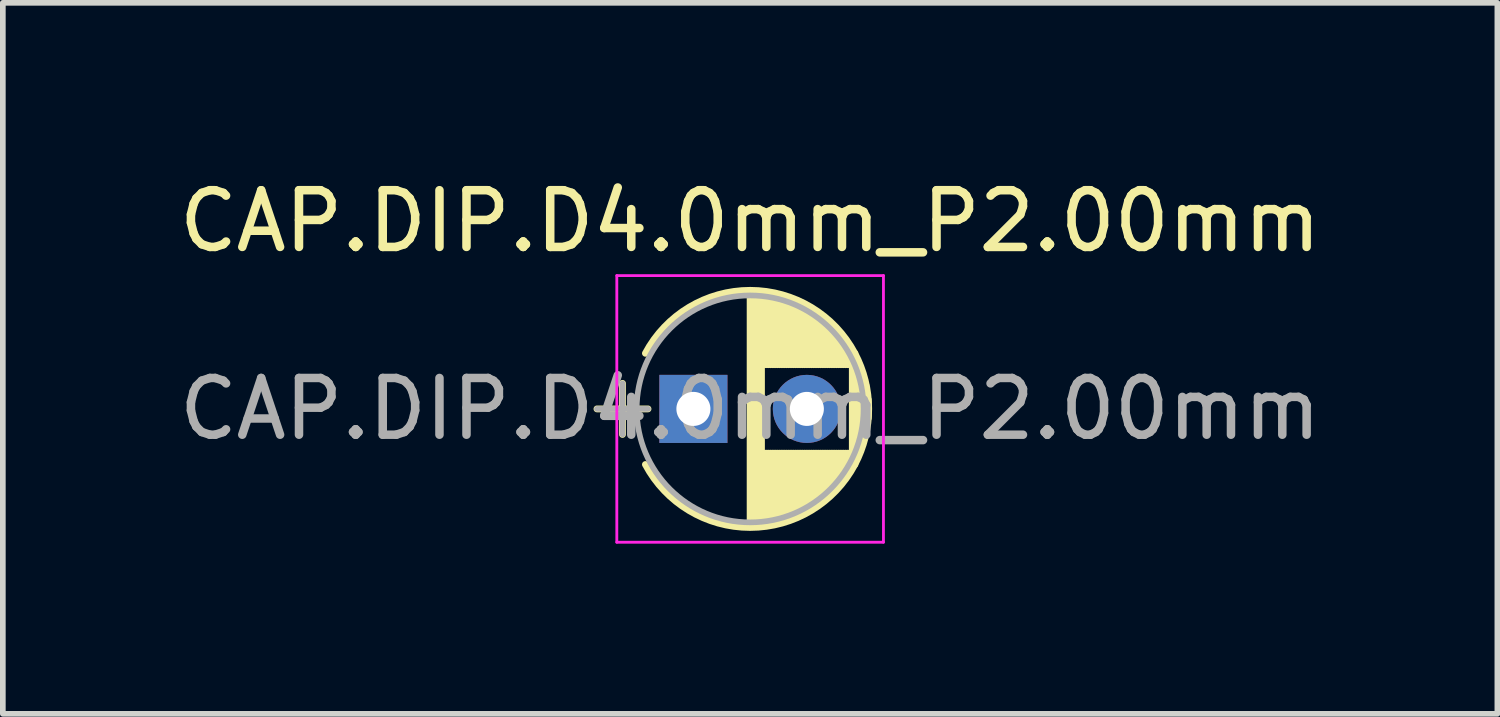
<source format=kicad_pcb>
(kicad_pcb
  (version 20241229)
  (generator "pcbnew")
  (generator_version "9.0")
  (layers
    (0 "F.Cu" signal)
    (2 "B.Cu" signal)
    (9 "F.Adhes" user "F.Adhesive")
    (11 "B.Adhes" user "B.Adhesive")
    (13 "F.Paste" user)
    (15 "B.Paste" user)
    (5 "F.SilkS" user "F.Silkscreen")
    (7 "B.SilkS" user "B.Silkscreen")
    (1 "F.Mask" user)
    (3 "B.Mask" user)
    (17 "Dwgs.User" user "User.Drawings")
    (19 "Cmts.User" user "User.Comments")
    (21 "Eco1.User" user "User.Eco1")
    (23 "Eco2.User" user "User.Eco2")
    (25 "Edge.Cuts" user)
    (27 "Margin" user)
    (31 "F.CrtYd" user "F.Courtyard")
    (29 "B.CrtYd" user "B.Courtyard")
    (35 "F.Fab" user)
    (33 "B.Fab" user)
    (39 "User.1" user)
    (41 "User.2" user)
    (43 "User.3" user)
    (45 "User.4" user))
  (footprint "CAP.DIP.D4.0mm_P2.00mm"
    (layer "F.Cu")
    (at 9.173 4.158)
    (property "Reference" "CAP.DIP.D4.0mm_P2.00mm" (at 1 -3.31 0) (layer "F.SilkS") (effects (font (size 1 1) (thickness 0.15))))
    (attr through_hole)
    (fp_line (start -1.7 0) (end -0.8 0) (stroke (width 0.12) (type solid)) (layer "F.SilkS"))
    (fp_line (start -1.25 -0.45) (end -1.25 0.45) (stroke (width 0.12) (type solid)) (layer "F.SilkS"))
    (fp_line (start 1 -2.05) (end 1 2.05) (stroke (width 0.12) (type solid)) (layer "F.SilkS"))
    (fp_line (start 1.04 -2.05) (end 1.04 2.05) (stroke (width 0.12) (type solid)) (layer "F.SilkS"))
    (fp_line (start 1.08 -2.049) (end 1.08 2.049) (stroke (width 0.12) (type solid)) (layer "F.SilkS"))
    (fp_line (start 1.12 -2.047) (end 1.12 2.047) (stroke (width 0.12) (type solid)) (layer "F.SilkS"))
    (fp_line (start 1.16 -2.044) (end 1.16 2.044) (stroke (width 0.12) (type solid)) (layer "F.SilkS"))
    (fp_line (start 1.2 -2.041) (end 1.2 2.041) (stroke (width 0.12) (type solid)) (layer "F.SilkS"))
    (fp_line (start 1.24 -2.037) (end 1.24 -0.78) (stroke (width 0.12) (type solid)) (layer "F.SilkS"))
    (fp_line (start 1.24 0.78) (end 1.24 2.037) (stroke (width 0.12) (type solid)) (layer "F.SilkS"))
    (fp_line (start 1.28 -2.032) (end 1.28 -0.78) (stroke (width 0.12) (type solid)) (layer "F.SilkS"))
    (fp_line (start 1.28 0.78) (end 1.28 2.032) (stroke (width 0.12) (type solid)) (layer "F.SilkS"))
    (fp_line (start 1.32 -2.026) (end 1.32 -0.78) (stroke (width 0.12) (type solid)) (layer "F.SilkS"))
    (fp_line (start 1.32 0.78) (end 1.32 2.026) (stroke (width 0.12) (type solid)) (layer "F.SilkS"))
    (fp_line (start 1.36 -2.019) (end 1.36 -0.78) (stroke (width 0.12) (type solid)) (layer "F.SilkS"))
    (fp_line (start 1.36 0.78) (end 1.36 2.019) (stroke (width 0.12) (type solid)) (layer "F.SilkS"))
    (fp_line (start 1.4 -2.012) (end 1.4 -0.78) (stroke (width 0.12) (type solid)) (layer "F.SilkS"))
    (fp_line (start 1.4 0.78) (end 1.4 2.012) (stroke (width 0.12) (type solid)) (layer "F.SilkS"))
    (fp_line (start 1.44 -2.004) (end 1.44 -0.78) (stroke (width 0.12) (type solid)) (layer "F.SilkS"))
    (fp_line (start 1.44 0.78) (end 1.44 2.004) (stroke (width 0.12) (type solid)) (layer "F.SilkS"))
    (fp_line (start 1.48 -1.995) (end 1.48 -0.78) (stroke (width 0.12) (type solid)) (layer "F.SilkS"))
    (fp_line (start 1.48 0.78) (end 1.48 1.995) (stroke (width 0.12) (type solid)) (layer "F.SilkS"))
    (fp_line (start 1.52 -1.985) (end 1.52 -0.78) (stroke (width 0.12) (type solid)) (layer "F.SilkS"))
    (fp_line (start 1.52 0.78) (end 1.52 1.985) (stroke (width 0.12) (type solid)) (layer "F.SilkS"))
    (fp_line (start 1.56 -1.974) (end 1.56 -0.78) (stroke (width 0.12) (type solid)) (layer "F.SilkS"))
    (fp_line (start 1.56 0.78) (end 1.56 1.974) (stroke (width 0.12) (type solid)) (layer "F.SilkS"))
    (fp_line (start 1.6 -1.963) (end 1.6 -0.78) (stroke (width 0.12) (type solid)) (layer "F.SilkS"))
    (fp_line (start 1.6 0.78) (end 1.6 1.963) (stroke (width 0.12) (type solid)) (layer "F.SilkS"))
    (fp_line (start 1.64 -1.95) (end 1.64 -0.78) (stroke (width 0.12) (type solid)) (layer "F.SilkS"))
    (fp_line (start 1.64 0.78) (end 1.64 1.95) (stroke (width 0.12) (type solid)) (layer "F.SilkS"))
    (fp_line (start 1.68 -1.937) (end 1.68 -0.78) (stroke (width 0.12) (type solid)) (layer "F.SilkS"))
    (fp_line (start 1.68 0.78) (end 1.68 1.937) (stroke (width 0.12) (type solid)) (layer "F.SilkS"))
    (fp_line (start 1.721 -1.923) (end 1.721 -0.78) (stroke (width 0.12) (type solid)) (layer "F.SilkS"))
    (fp_line (start 1.721 0.78) (end 1.721 1.923) (stroke (width 0.12) (type solid)) (layer "F.SilkS"))
    (fp_line (start 1.761 -1.907) (end 1.761 -0.78) (stroke (width 0.12) (type solid)) (layer "F.SilkS"))
    (fp_line (start 1.761 0.78) (end 1.761 1.907) (stroke (width 0.12) (type solid)) (layer "F.SilkS"))
    (fp_line (start 1.801 -1.891) (end 1.801 -0.78) (stroke (width 0.12) (type solid)) (layer "F.SilkS"))
    (fp_line (start 1.801 0.78) (end 1.801 1.891) (stroke (width 0.12) (type solid)) (layer "F.SilkS"))
    (fp_line (start 1.841 -1.874) (end 1.841 -0.78) (stroke (width 0.12) (type solid)) (layer "F.SilkS"))
    (fp_line (start 1.841 0.78) (end 1.841 1.874) (stroke (width 0.12) (type solid)) (layer "F.SilkS"))
    (fp_line (start 1.881 -1.856) (end 1.881 -0.78) (stroke (width 0.12) (type solid)) (layer "F.SilkS"))
    (fp_line (start 1.881 0.78) (end 1.881 1.856) (stroke (width 0.12) (type solid)) (layer "F.SilkS"))
    (fp_line (start 1.921 -1.837) (end 1.921 -0.78) (stroke (width 0.12) (type solid)) (layer "F.SilkS"))
    (fp_line (start 1.921 0.78) (end 1.921 1.837) (stroke (width 0.12) (type solid)) (layer "F.SilkS"))
    (fp_line (start 1.961 -1.817) (end 1.961 -0.78) (stroke (width 0.12) (type solid)) (layer "F.SilkS"))
    (fp_line (start 1.961 0.78) (end 1.961 1.817) (stroke (width 0.12) (type solid)) (layer "F.SilkS"))
    (fp_line (start 2.001 -1.796) (end 2.001 -0.78) (stroke (width 0.12) (type solid)) (layer "F.SilkS"))
    (fp_line (start 2.001 0.78) (end 2.001 1.796) (stroke (width 0.12) (type solid)) (layer "F.SilkS"))
    (fp_line (start 2.041 -1.773) (end 2.041 -0.78) (stroke (width 0.12) (type solid)) (layer "F.SilkS"))
    (fp_line (start 2.041 0.78) (end 2.041 1.773) (stroke (width 0.12) (type solid)) (layer "F.SilkS"))
    (fp_line (start 2.081 -1.75) (end 2.081 -0.78) (stroke (width 0.12) (type solid)) (layer "F.SilkS"))
    (fp_line (start 2.081 0.78) (end 2.081 1.75) (stroke (width 0.12) (type solid)) (layer "F.SilkS"))
    (fp_line (start 2.121 -1.725) (end 2.121 -0.78) (stroke (width 0.12) (type solid)) (layer "F.SilkS"))
    (fp_line (start 2.121 0.78) (end 2.121 1.725) (stroke (width 0.12) (type solid)) (layer "F.SilkS"))
    (fp_line (start 2.161 -1.699) (end 2.161 -0.78) (stroke (width 0.12) (type solid)) (layer "F.SilkS"))
    (fp_line (start 2.161 0.78) (end 2.161 1.699) (stroke (width 0.12) (type solid)) (layer "F.SilkS"))
    (fp_line (start 2.201 -1.672) (end 2.201 -0.78) (stroke (width 0.12) (type solid)) (layer "F.SilkS"))
    (fp_line (start 2.201 0.78) (end 2.201 1.672) (stroke (width 0.12) (type solid)) (layer "F.SilkS"))
    (fp_line (start 2.241 -1.643) (end 2.241 -0.78) (stroke (width 0.12) (type solid)) (layer "F.SilkS"))
    (fp_line (start 2.241 0.78) (end 2.241 1.643) (stroke (width 0.12) (type solid)) (layer "F.SilkS"))
    (fp_line (start 2.281 -1.613) (end 2.281 -0.78) (stroke (width 0.12) (type solid)) (layer "F.SilkS"))
    (fp_line (start 2.281 0.78) (end 2.281 1.613) (stroke (width 0.12) (type solid)) (layer "F.SilkS"))
    (fp_line (start 2.321 -1.581) (end 2.321 -0.78) (stroke (width 0.12) (type solid)) (layer "F.SilkS"))
    (fp_line (start 2.321 0.78) (end 2.321 1.581) (stroke (width 0.12) (type solid)) (layer "F.SilkS"))
    (fp_line (start 2.361 -1.547) (end 2.361 -0.78) (stroke (width 0.12) (type solid)) (layer "F.SilkS"))
    (fp_line (start 2.361 0.78) (end 2.361 1.547) (stroke (width 0.12) (type solid)) (layer "F.SilkS"))
    (fp_line (start 2.401 -1.512) (end 2.401 -0.78) (stroke (width 0.12) (type solid)) (layer "F.SilkS"))
    (fp_line (start 2.401 0.78) (end 2.401 1.512) (stroke (width 0.12) (type solid)) (layer "F.SilkS"))
    (fp_line (start 2.441 -1.475) (end 2.441 -0.78) (stroke (width 0.12) (type solid)) (layer "F.SilkS"))
    (fp_line (start 2.441 0.78) (end 2.441 1.475) (stroke (width 0.12) (type solid)) (layer "F.SilkS"))
    (fp_line (start 2.481 -1.436) (end 2.481 -0.78) (stroke (width 0.12) (type solid)) (layer "F.SilkS"))
    (fp_line (start 2.481 0.78) (end 2.481 1.436) (stroke (width 0.12) (type solid)) (layer "F.SilkS"))
    (fp_line (start 2.521 -1.395) (end 2.521 -0.78) (stroke (width 0.12) (type solid)) (layer "F.SilkS"))
    (fp_line (start 2.521 0.78) (end 2.521 1.395) (stroke (width 0.12) (type solid)) (layer "F.SilkS"))
    (fp_line (start 2.561 -1.351) (end 2.561 -0.78) (stroke (width 0.12) (type solid)) (layer "F.SilkS"))
    (fp_line (start 2.561 0.78) (end 2.561 1.351) (stroke (width 0.12) (type solid)) (layer "F.SilkS"))
    (fp_line (start 2.601 -1.305) (end 2.601 -0.78) (stroke (width 0.12) (type solid)) (layer "F.SilkS"))
    (fp_line (start 2.601 0.78) (end 2.601 1.305) (stroke (width 0.12) (type solid)) (layer "F.SilkS"))
    (fp_line (start 2.641 -1.256) (end 2.641 -0.78) (stroke (width 0.12) (type solid)) (layer "F.SilkS"))
    (fp_line (start 2.641 0.78) (end 2.641 1.256) (stroke (width 0.12) (type solid)) (layer "F.SilkS"))
    (fp_line (start 2.681 -1.204) (end 2.681 -0.78) (stroke (width 0.12) (type solid)) (layer "F.SilkS"))
    (fp_line (start 2.681 0.78) (end 2.681 1.204) (stroke (width 0.12) (type solid)) (layer "F.SilkS"))
    (fp_line (start 2.721 -1.148) (end 2.721 -0.78) (stroke (width 0.12) (type solid)) (layer "F.SilkS"))
    (fp_line (start 2.721 0.78) (end 2.721 1.148) (stroke (width 0.12) (type solid)) (layer "F.SilkS"))
    (fp_line (start 2.761 -1.088) (end 2.761 -0.78) (stroke (width 0.12) (type solid)) (layer "F.SilkS"))
    (fp_line (start 2.761 0.78) (end 2.761 1.088) (stroke (width 0.12) (type solid)) (layer "F.SilkS"))
    (fp_line (start 2.801 -1.023) (end 2.801 1.023) (stroke (width 0.12) (type solid)) (layer "F.SilkS"))
    (fp_line (start 2.841 -0.952) (end 2.841 0.952) (stroke (width 0.12) (type solid)) (layer "F.SilkS"))
    (fp_line (start 2.881 -0.874) (end 2.881 0.874) (stroke (width 0.12) (type solid)) (layer "F.SilkS"))
    (fp_line (start 2.921 -0.786) (end 2.921 0.786) (stroke (width 0.12) (type solid)) (layer "F.SilkS"))
    (fp_line (start 2.961 -0.686) (end 2.961 0.686) (stroke (width 0.12) (type solid)) (layer "F.SilkS"))
    (fp_line (start 3.001 -0.567) (end 3.001 0.567) (stroke (width 0.12) (type solid)) (layer "F.SilkS"))
    (fp_line (start 3.041 -0.415) (end 3.041 0.415) (stroke (width 0.12) (type solid)) (layer "F.SilkS"))
    (fp_line (start 3.081 -0.165) (end 3.081 0.165) (stroke (width 0.12) (type solid)) (layer "F.SilkS"))
    (fp_arc (start -0.845996 -0.98) (mid 1.00047 -2.09) (end 2.846436 -0.97917) (stroke (width 0.12) (type solid)) (layer "F.SilkS"))
    (fp_arc (start 2.845996 -0.98) (mid 3.09 -0.00047) (end 2.846436 0.97917) (stroke (width 0.12) (type solid)) (layer "F.SilkS"))
    (fp_arc (start 2.846436 0.97917) (mid 1.00047 2.09) (end -0.845996 0.98) (stroke (width 0.12) (type solid)) (layer "F.SilkS"))
    (fp_line (start -1.35 -2.35) (end -1.35 2.35) (stroke (width 0.05) (type solid)) (layer "F.CrtYd"))
    (fp_line (start -1.35 2.35) (end 3.35 2.35) (stroke (width 0.05) (type solid)) (layer "F.CrtYd"))
    (fp_line (start 3.35 -2.35) (end -1.35 -2.35) (stroke (width 0.05) (type solid)) (layer "F.CrtYd"))
    (fp_line (start 3.35 2.35) (end 3.35 -2.35) (stroke (width 0.05) (type solid)) (layer "F.CrtYd"))
    (fp_line (start -1.7 0) (end -0.8 0) (stroke (width 0.1) (type solid)) (layer "F.Fab"))
    (fp_line (start -1.25 -0.45) (end -1.25 0.45) (stroke (width 0.1) (type solid)) (layer "F.Fab"))
    (fp_circle (center 1 0) (end 3 0) (stroke (width 0.1) (type solid)) (fill no) (layer "F.Fab"))
    (fp_text user "${REFERENCE}" (at 1 0 0) (layer "F.Fab") (effects (font (size 1 1) (thickness 0.15))))
    (pad "1" thru_hole rect (at 0 0) (size 1.2 1.2) (drill 0.6) (layers "*.Cu" "*.Mask"))
    (pad "2" thru_hole circle (at 2 0) (size 1.2 1.2) (drill 0.6) (layers "*.Cu" "*.Mask")))
  (gr_rect
    (start -3 -3)
    (end 23.345 9.533)
    (stroke (width 0.1) (type default))
    (fill no)
    (layer "Edge.Cuts")))
</source>
